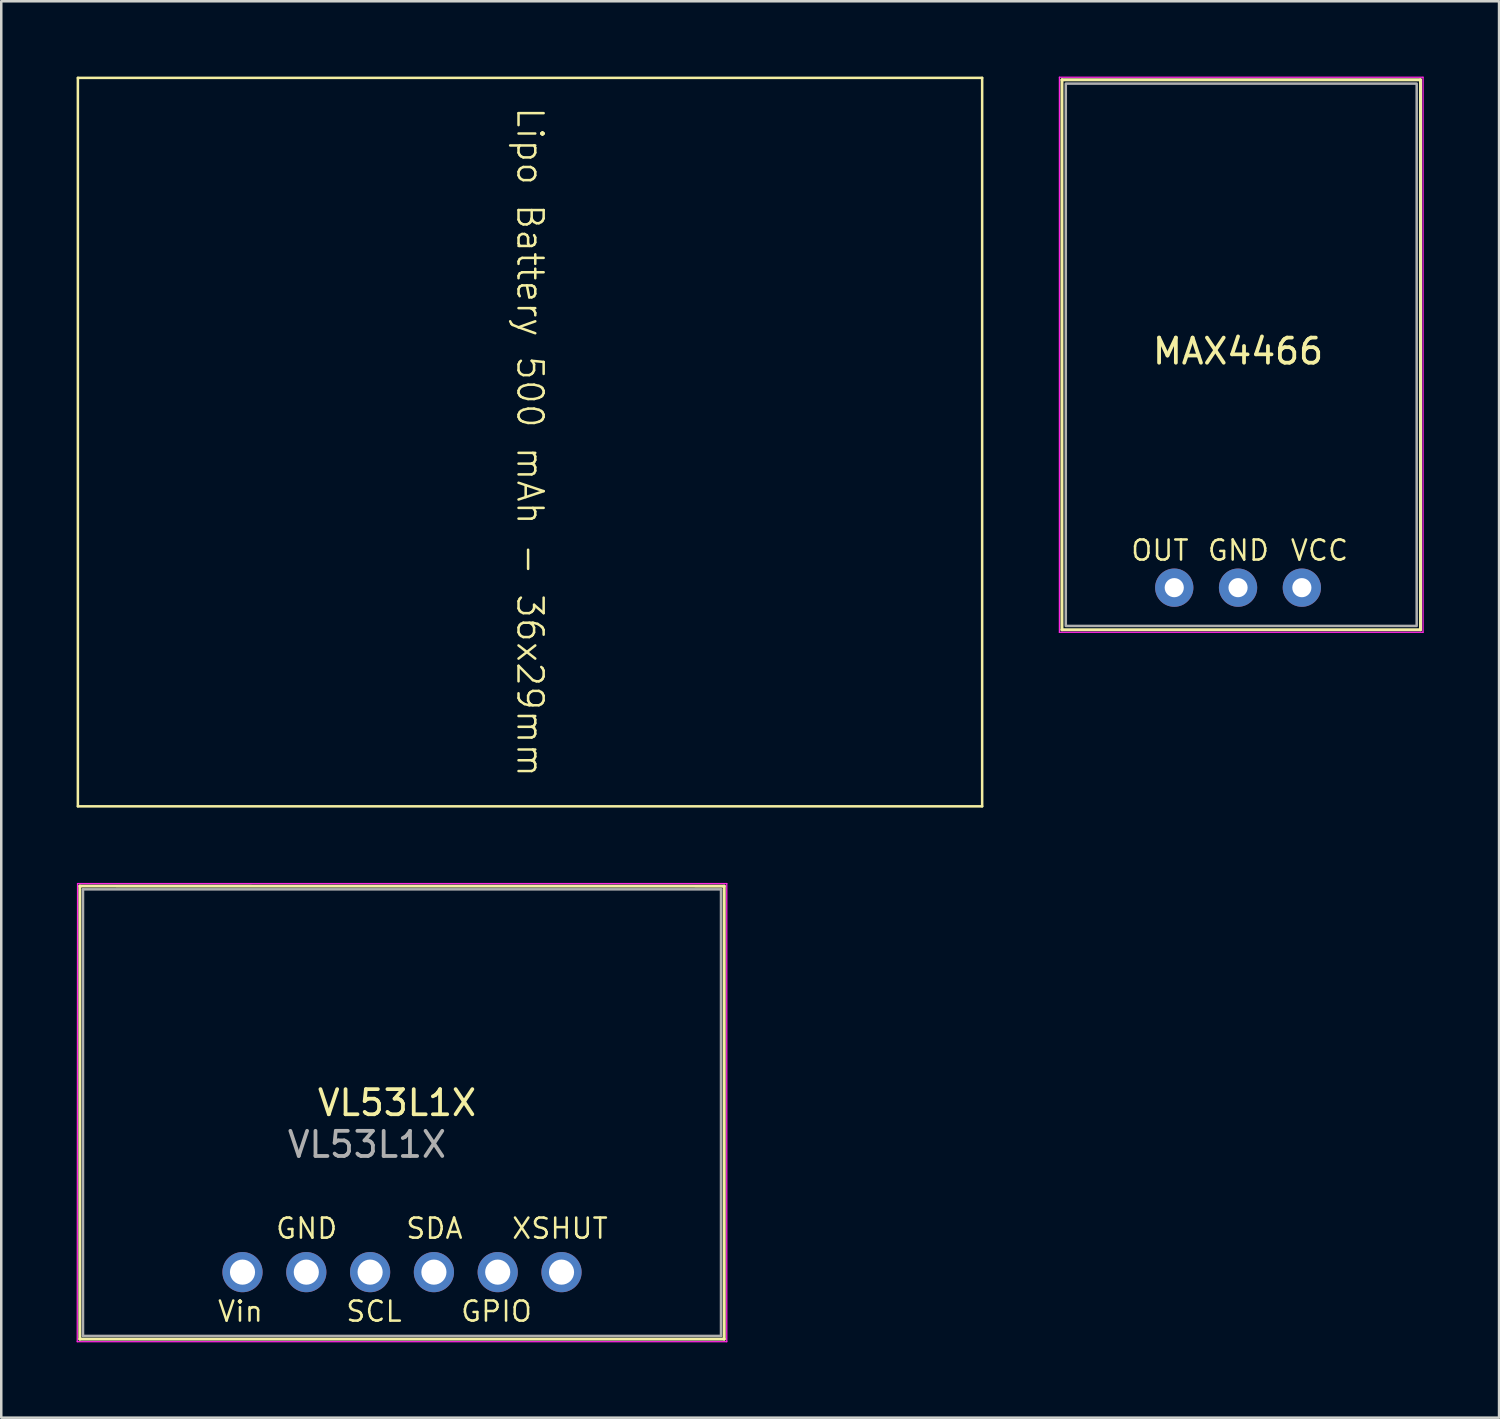
<source format=kicad_pcb>
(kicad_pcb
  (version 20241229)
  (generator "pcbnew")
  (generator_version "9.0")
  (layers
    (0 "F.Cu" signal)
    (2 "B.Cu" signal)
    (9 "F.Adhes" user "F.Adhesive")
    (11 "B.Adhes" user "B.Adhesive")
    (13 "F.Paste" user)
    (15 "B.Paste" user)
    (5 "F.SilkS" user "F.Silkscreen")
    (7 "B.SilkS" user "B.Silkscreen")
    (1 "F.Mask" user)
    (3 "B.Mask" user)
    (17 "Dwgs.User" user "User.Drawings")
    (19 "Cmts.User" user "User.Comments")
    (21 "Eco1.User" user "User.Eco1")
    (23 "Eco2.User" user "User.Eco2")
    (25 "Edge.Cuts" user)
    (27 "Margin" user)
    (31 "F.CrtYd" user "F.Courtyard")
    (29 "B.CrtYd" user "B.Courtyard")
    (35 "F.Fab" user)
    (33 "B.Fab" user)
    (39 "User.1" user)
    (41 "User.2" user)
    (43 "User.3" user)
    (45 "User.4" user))
  (footprint "VL53L1X"
    (layer "F.Cu")
    (at 0.254 32.354)
    (property "Reference" "VL53L1X" (at 12.5 8.5 180) (layer "F.SilkS") (effects (font (size 1 1) (thickness 0.15))))
    (attr through_hole)
    (fp_line (start -0.127 -0.13) (end -0.127 17.907) (stroke (width 0.12) (type solid)) (layer "F.SilkS"))
    (fp_line (start -0.127 17.907) (end 25.527 17.907) (stroke (width 0.12) (type solid)) (layer "F.SilkS"))
    (fp_line (start 25.527 -0.127) (end -0.127 -0.13) (stroke (width 0.12) (type solid)) (layer "F.SilkS"))
    (fp_line (start 25.527 17.907) (end 25.527 -0.127) (stroke (width 0.12) (type solid)) (layer "F.SilkS"))
    (fp_line (start -0.229 18.009) (end -0.217 -0.229) (stroke (width 0.05) (type solid)) (layer "F.CrtYd"))
    (fp_line (start -0.229 18.009) (end 25.629 18.009) (stroke (width 0.05) (type solid)) (layer "F.CrtYd"))
    (fp_line (start 25.629 -0.229) (end -0.217 -0.229) (stroke (width 0.05) (type solid)) (layer "F.CrtYd"))
    (fp_line (start 25.629 -0.229) (end 25.629 18.009) (stroke (width 0.05) (type solid)) (layer "F.CrtYd"))
    (fp_line (start 0 0) (end 25.4 0) (stroke (width 0.1) (type solid)) (layer "F.Fab"))
    (fp_line (start 0 17.78) (end 0 0) (stroke (width 0.1) (type solid)) (layer "F.Fab"))
    (fp_line (start 25.4 0) (end 25.4 17.78) (stroke (width 0.1) (type solid)) (layer "F.Fab"))
    (fp_line (start 25.4 17.78) (end 0 17.78) (stroke (width 0.1) (type solid)) (layer "F.Fab"))
    (fp_text user "GND" (at 7.62 13.97 0) (unlocked yes) (layer "F.SilkS") (effects (font (size 0.8 0.8) (thickness 0.1)) (justify left bottom)))
    (fp_text user "XSHUT" (at 17.018 13.97 0) (unlocked yes) (layer "F.SilkS") (effects (font (size 0.8 0.8) (thickness 0.1)) (justify left bottom)))
    (fp_text user "SCL" (at 10.414 17.272 0) (unlocked yes) (layer "F.SilkS") (effects (font (size 0.8 0.8) (thickness 0.1)) (justify left bottom)))
    (fp_text user "GPIO" (at 14.986 17.272 0) (unlocked yes) (layer "F.SilkS") (effects (font (size 0.8 0.8) (thickness 0.1)) (justify left bottom)))
    (fp_text user "Vin" (at 5.307 17.272 0) (unlocked yes) (layer "F.SilkS") (effects (font (size 0.8 0.8) (thickness 0.1)) (justify left bottom)))
    (fp_text user "SDA" (at 12.802 13.97 0) (unlocked yes) (layer "F.SilkS") (effects (font (size 0.8 0.8) (thickness 0.1)) (justify left bottom)))
    (fp_text user "${REFERENCE}" (at 11.303 10.16 180) (layer "F.Fab") (effects (font (size 1 1) (thickness 0.15))))
    (pad "1" thru_hole oval (at 6.35 15.24 90) (size 1.6 1.6) (drill 1) (layers "*.Cu" "*.Mask"))
    (pad "2" thru_hole oval (at 8.89 15.24 90) (size 1.6 1.6) (drill 1) (layers "*.Cu" "*.Mask"))
    (pad "3" thru_hole oval (at 11.43 15.24 90) (size 1.6 1.6) (drill 1) (layers "*.Cu" "*.Mask"))
    (pad "4" thru_hole oval (at 13.97 15.24 90) (size 1.6 1.6) (drill 1) (layers "*.Cu" "*.Mask"))
    (pad "5" thru_hole oval (at 16.51 15.24 90) (size 1.6 1.6) (drill 1) (layers "*.Cu" "*.Mask"))
    (pad "6" thru_hole oval (at 19.05 15.24 90) (size 1.6 1.6) (drill 1) (layers "*.Cu" "*.Mask")))
  (footprint "Lipo Battery 500 mAh - 36x29mm"
    (layer "F.Cu")
    (at 18.05 14.55)
    (property "Reference" "Lipo Battery 500 mAh - 36x29mm" (at 0 0 270) (unlocked yes) (layer "F.SilkS") (effects (font (size 1 1) (thickness 0.1))))
    (attr smd)
    (fp_line (start -18 -14.5) (end 18 -14.5) (stroke (width 0.1) (type default)) (layer "F.SilkS"))
    (fp_line (start -18 14.5) (end -18 -14.5) (stroke (width 0.1) (type default)) (layer "F.SilkS"))
    (fp_line (start 18 -14.5) (end 18 14.5) (stroke (width 0.1) (type default)) (layer "F.SilkS"))
    (fp_line (start 18 14.5) (end -18 14.5) (stroke (width 0.1) (type default)) (layer "F.SilkS"))
    (zone (net_name "") (layer "F.SilkS") (hatch edge 0.5) (connect_pads) (min_thickness 0.25) (filled_areas_thickness no) (keepout (tracks allowed) (vias allowed) (pads not_allowed) (copperpour allowed) (footprints not_allowed)) (placement (enabled no)) (fill) (polygon (pts (xy 0.05 0.05) (xy 36.05 0.05) (xy 36.05 29.05) (xy 0.05 29.05)))))
  (footprint "MAX4466"
    (layer "F.Cu")
    (at 46.237 10.185)
    (property "Reference" "MAX4466" (at 0 0.75 0) (unlocked yes) (layer "F.SilkS") (effects (font (size 1 1) (thickness 0.15))))
    (attr through_hole)
    (fp_line (start -7.01 -10.058) (end 7.264 -10.058) (stroke (width 0.12) (type default)) (layer "F.SilkS"))
    (fp_line (start -7.01 11.836) (end -7.01 -10.058) (stroke (width 0.12) (type default)) (layer "F.SilkS"))
    (fp_line (start 7.264 -10.058) (end 7.264 11.836) (stroke (width 0.12) (type default)) (layer "F.SilkS"))
    (fp_line (start 7.264 11.836) (end -7.01 11.836) (stroke (width 0.12) (type default)) (layer "F.SilkS"))
    (fp_line (start -7.112 -10.16) (end 7.366 -10.16) (stroke (width 0.05) (type default)) (layer "F.CrtYd"))
    (fp_line (start -7.112 11.938) (end -7.112 -10.16) (stroke (width 0.05) (type default)) (layer "F.CrtYd"))
    (fp_line (start 7.366 -10.16) (end 7.366 11.938) (stroke (width 0.05) (type default)) (layer "F.CrtYd"))
    (fp_line (start 7.366 11.938) (end -7.112 11.938) (stroke (width 0.05) (type default)) (layer "F.CrtYd"))
    (fp_rect (start -6.858 -9.906) (end 7.112 11.684) (stroke (width 0.1) (type default)) (fill no) (layer "F.Fab"))
    (fp_text user "VCC" (at 2.032 9.144 0) (unlocked yes) (layer "F.SilkS") (effects (font (size 0.8 0.8) (thickness 0.1)) (justify left bottom)))
    (fp_text user "GND" (at -1.27 9.144 0) (unlocked yes) (layer "F.SilkS") (effects (font (size 0.8 0.8) (thickness 0.1)) (justify left bottom)))
    (fp_text user "OUT" (at -4.318 9.144 0) (unlocked yes) (layer "F.SilkS") (effects (font (size 0.8 0.8) (thickness 0.1)) (justify left bottom)))
    (pad "1" thru_hole circle (at 2.54 10.16) (size 1.524 1.524) (drill 0.762) (layers "*.Cu" "*.Mask"))
    (pad "2" thru_hole circle (at 0 10.16) (size 1.524 1.524) (drill 0.762) (layers "*.Cu" "*.Mask"))
    (pad "3" thru_hole circle (at -2.54 10.16) (size 1.524 1.524) (drill 0.762) (layers "*.Cu" "*.Mask")))
  (gr_rect
    (start -3 -3)
    (end 56.628 53.387)
    (stroke (width 0.1) (type default))
    (fill no)
    (layer "Edge.Cuts")))
</source>
